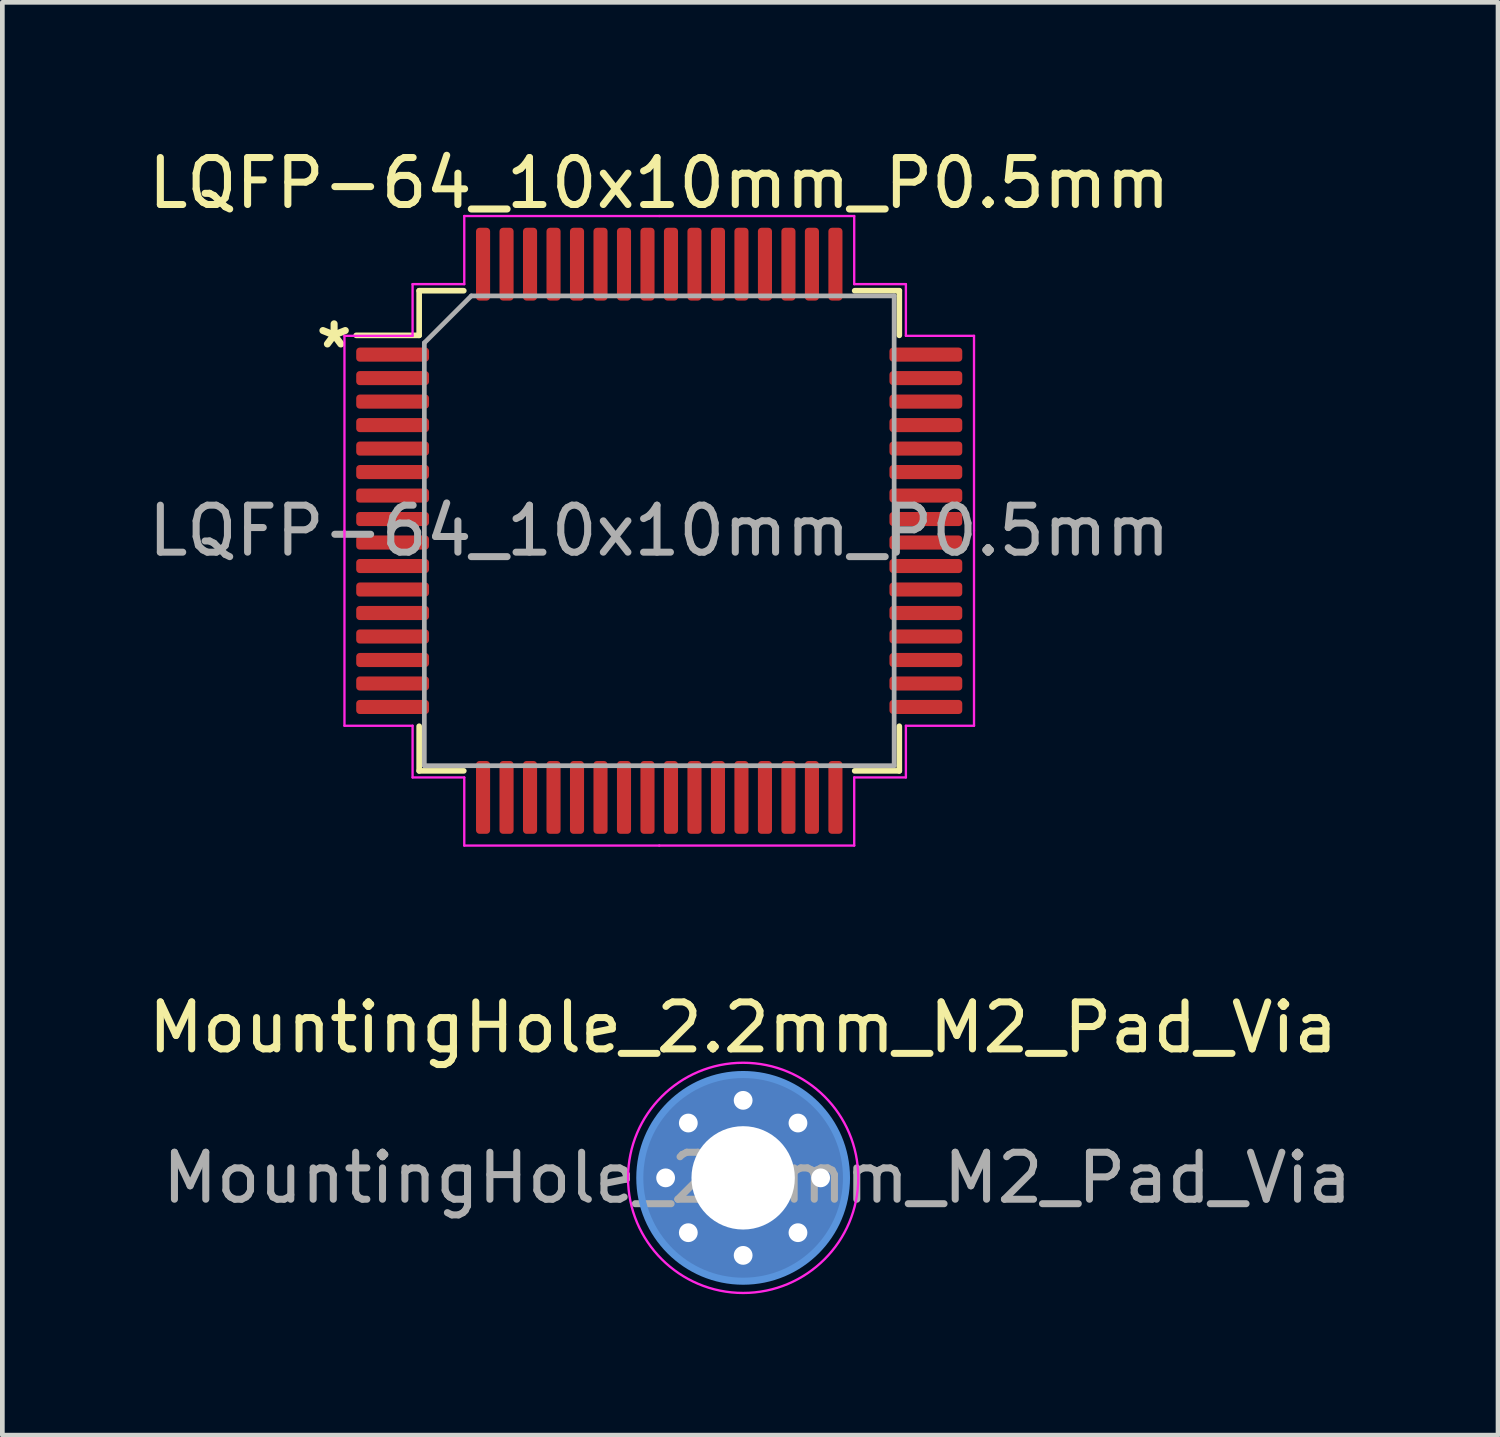
<source format=kicad_pcb>
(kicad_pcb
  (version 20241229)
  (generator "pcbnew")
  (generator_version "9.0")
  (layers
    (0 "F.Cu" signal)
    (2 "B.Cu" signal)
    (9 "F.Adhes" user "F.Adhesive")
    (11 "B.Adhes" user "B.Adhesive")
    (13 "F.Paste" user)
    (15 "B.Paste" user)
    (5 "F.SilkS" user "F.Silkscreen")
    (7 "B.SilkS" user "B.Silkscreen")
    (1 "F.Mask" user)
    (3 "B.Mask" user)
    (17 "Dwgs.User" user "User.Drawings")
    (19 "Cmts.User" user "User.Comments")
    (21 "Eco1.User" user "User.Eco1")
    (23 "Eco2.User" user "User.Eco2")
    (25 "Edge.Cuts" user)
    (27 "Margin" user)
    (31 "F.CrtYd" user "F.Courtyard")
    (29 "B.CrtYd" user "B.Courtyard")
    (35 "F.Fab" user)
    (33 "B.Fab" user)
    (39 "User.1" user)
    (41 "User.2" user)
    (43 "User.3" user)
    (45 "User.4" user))
  (footprint "LQFP-64_10x10mm_P0.5mm"
    (layer "F.Cu")
    (at 10.982 8.248)
    (property "Reference" "LQFP-64_10x10mm_P0.5mm" (at 0 -7.4 0) (layer "F.SilkS") (effects (font (size 1 1) (thickness 0.15))))
    (attr smd)
    (fp_line (start -5.11 -5.11) (end -5.11 -4.16) (stroke (width 0.12) (type solid)) (layer "F.SilkS"))
    (fp_line (start -5.11 -4.16) (end -6.45 -4.16) (stroke (width 0.12) (type solid)) (layer "F.SilkS"))
    (fp_line (start -5.11 5.11) (end -5.11 4.16) (stroke (width 0.12) (type solid)) (layer "F.SilkS"))
    (fp_line (start -4.16 -5.11) (end -5.11 -5.11) (stroke (width 0.12) (type solid)) (layer "F.SilkS"))
    (fp_line (start -4.16 5.11) (end -5.11 5.11) (stroke (width 0.12) (type solid)) (layer "F.SilkS"))
    (fp_line (start 4.16 -5.11) (end 5.11 -5.11) (stroke (width 0.12) (type solid)) (layer "F.SilkS"))
    (fp_line (start 4.16 5.11) (end 5.11 5.11) (stroke (width 0.12) (type solid)) (layer "F.SilkS"))
    (fp_line (start 5.11 -5.11) (end 5.11 -4.16) (stroke (width 0.12) (type solid)) (layer "F.SilkS"))
    (fp_line (start 5.11 5.11) (end 5.11 4.16) (stroke (width 0.12) (type solid)) (layer "F.SilkS"))
    (fp_line (start -6.7 -4.15) (end -6.7 0) (stroke (width 0.05) (type solid)) (layer "F.CrtYd"))
    (fp_line (start -6.7 4.15) (end -6.7 0) (stroke (width 0.05) (type solid)) (layer "F.CrtYd"))
    (fp_line (start -5.25 -5.25) (end -5.25 -4.15) (stroke (width 0.05) (type solid)) (layer "F.CrtYd"))
    (fp_line (start -5.25 -4.15) (end -6.7 -4.15) (stroke (width 0.05) (type solid)) (layer "F.CrtYd"))
    (fp_line (start -5.25 4.15) (end -6.7 4.15) (stroke (width 0.05) (type solid)) (layer "F.CrtYd"))
    (fp_line (start -5.25 5.25) (end -5.25 4.15) (stroke (width 0.05) (type solid)) (layer "F.CrtYd"))
    (fp_line (start -4.15 -6.7) (end -4.15 -5.25) (stroke (width 0.05) (type solid)) (layer "F.CrtYd"))
    (fp_line (start -4.15 -5.25) (end -5.25 -5.25) (stroke (width 0.05) (type solid)) (layer "F.CrtYd"))
    (fp_line (start -4.15 5.25) (end -5.25 5.25) (stroke (width 0.05) (type solid)) (layer "F.CrtYd"))
    (fp_line (start -4.15 6.7) (end -4.15 5.25) (stroke (width 0.05) (type solid)) (layer "F.CrtYd"))
    (fp_line (start 0 -6.7) (end -4.15 -6.7) (stroke (width 0.05) (type solid)) (layer "F.CrtYd"))
    (fp_line (start 0 -6.7) (end 4.15 -6.7) (stroke (width 0.05) (type solid)) (layer "F.CrtYd"))
    (fp_line (start 0 6.7) (end -4.15 6.7) (stroke (width 0.05) (type solid)) (layer "F.CrtYd"))
    (fp_line (start 0 6.7) (end 4.15 6.7) (stroke (width 0.05) (type solid)) (layer "F.CrtYd"))
    (fp_line (start 4.15 -6.7) (end 4.15 -5.25) (stroke (width 0.05) (type solid)) (layer "F.CrtYd"))
    (fp_line (start 4.15 -5.25) (end 5.25 -5.25) (stroke (width 0.05) (type solid)) (layer "F.CrtYd"))
    (fp_line (start 4.15 5.25) (end 5.25 5.25) (stroke (width 0.05) (type solid)) (layer "F.CrtYd"))
    (fp_line (start 4.15 6.7) (end 4.15 5.25) (stroke (width 0.05) (type solid)) (layer "F.CrtYd"))
    (fp_line (start 5.25 -5.25) (end 5.25 -4.15) (stroke (width 0.05) (type solid)) (layer "F.CrtYd"))
    (fp_line (start 5.25 -4.15) (end 6.7 -4.15) (stroke (width 0.05) (type solid)) (layer "F.CrtYd"))
    (fp_line (start 5.25 4.15) (end 6.7 4.15) (stroke (width 0.05) (type solid)) (layer "F.CrtYd"))
    (fp_line (start 5.25 5.25) (end 5.25 4.15) (stroke (width 0.05) (type solid)) (layer "F.CrtYd"))
    (fp_line (start 6.7 -4.15) (end 6.7 0) (stroke (width 0.05) (type solid)) (layer "F.CrtYd"))
    (fp_line (start 6.7 4.15) (end 6.7 0) (stroke (width 0.05) (type solid)) (layer "F.CrtYd"))
    (fp_line (start -5 -4) (end -4 -5) (stroke (width 0.1) (type solid)) (layer "F.Fab"))
    (fp_line (start -5 5) (end -5 -4) (stroke (width 0.1) (type solid)) (layer "F.Fab"))
    (fp_line (start -4 -5) (end 5 -5) (stroke (width 0.1) (type solid)) (layer "F.Fab"))
    (fp_line (start 5 -5) (end 5 5) (stroke (width 0.1) (type solid)) (layer "F.Fab"))
    (fp_line (start 5 5) (end -5 5) (stroke (width 0.1) (type solid)) (layer "F.Fab"))
    (fp_text user "*" (at -7.4 -3.275 0) (unlocked yes) (layer "F.SilkS") (effects (font (size 1 1) (thickness 0.15)) (justify left bottom)))
    (fp_text user "${REFERENCE}" (at 0 0 0) (layer "F.Fab") (effects (font (size 1 1) (thickness 0.15))))
    (pad "1" smd roundrect (at -5.675 -3.75) (size 1.55 0.3) (layers "F.Cu" "F.Mask" "F.Paste") (roundrect_rratio 0.25))
    (pad "2" smd roundrect (at -5.675 -3.25) (size 1.55 0.3) (layers "F.Cu" "F.Mask" "F.Paste") (roundrect_rratio 0.25))
    (pad "3" smd roundrect (at -5.675 -2.75) (size 1.55 0.3) (layers "F.Cu" "F.Mask" "F.Paste") (roundrect_rratio 0.25))
    (pad "4" smd roundrect (at -5.675 -2.25) (size 1.55 0.3) (layers "F.Cu" "F.Mask" "F.Paste") (roundrect_rratio 0.25))
    (pad "5" smd roundrect (at -5.675 -1.75) (size 1.55 0.3) (layers "F.Cu" "F.Mask" "F.Paste") (roundrect_rratio 0.25))
    (pad "6" smd roundrect (at -5.675 -1.25) (size 1.55 0.3) (layers "F.Cu" "F.Mask" "F.Paste") (roundrect_rratio 0.25))
    (pad "7" smd roundrect (at -5.675 -0.75) (size 1.55 0.3) (layers "F.Cu" "F.Mask" "F.Paste") (roundrect_rratio 0.25))
    (pad "8" smd roundrect (at -5.675 -0.25) (size 1.55 0.3) (layers "F.Cu" "F.Mask" "F.Paste") (roundrect_rratio 0.25))
    (pad "9" smd roundrect (at -5.675 0.25) (size 1.55 0.3) (layers "F.Cu" "F.Mask" "F.Paste") (roundrect_rratio 0.25))
    (pad "10" smd roundrect (at -5.675 0.75) (size 1.55 0.3) (layers "F.Cu" "F.Mask" "F.Paste") (roundrect_rratio 0.25))
    (pad "11" smd roundrect (at -5.675 1.25) (size 1.55 0.3) (layers "F.Cu" "F.Mask" "F.Paste") (roundrect_rratio 0.25))
    (pad "12" smd roundrect (at -5.675 1.75) (size 1.55 0.3) (layers "F.Cu" "F.Mask" "F.Paste") (roundrect_rratio 0.25))
    (pad "13" smd roundrect (at -5.675 2.25) (size 1.55 0.3) (layers "F.Cu" "F.Mask" "F.Paste") (roundrect_rratio 0.25))
    (pad "14" smd roundrect (at -5.675 2.75) (size 1.55 0.3) (layers "F.Cu" "F.Mask" "F.Paste") (roundrect_rratio 0.25))
    (pad "15" smd roundrect (at -5.675 3.25) (size 1.55 0.3) (layers "F.Cu" "F.Mask" "F.Paste") (roundrect_rratio 0.25))
    (pad "16" smd roundrect (at -5.675 3.75) (size 1.55 0.3) (layers "F.Cu" "F.Mask" "F.Paste") (roundrect_rratio 0.25))
    (pad "17" smd roundrect (at -3.75 5.675) (size 0.3 1.55) (layers "F.Cu" "F.Mask" "F.Paste") (roundrect_rratio 0.25))
    (pad "18" smd roundrect (at -3.25 5.675) (size 0.3 1.55) (layers "F.Cu" "F.Mask" "F.Paste") (roundrect_rratio 0.25))
    (pad "19" smd roundrect (at -2.75 5.675) (size 0.3 1.55) (layers "F.Cu" "F.Mask" "F.Paste") (roundrect_rratio 0.25))
    (pad "20" smd roundrect (at -2.25 5.675) (size 0.3 1.55) (layers "F.Cu" "F.Mask" "F.Paste") (roundrect_rratio 0.25))
    (pad "21" smd roundrect (at -1.75 5.675) (size 0.3 1.55) (layers "F.Cu" "F.Mask" "F.Paste") (roundrect_rratio 0.25))
    (pad "22" smd roundrect (at -1.25 5.675) (size 0.3 1.55) (layers "F.Cu" "F.Mask" "F.Paste") (roundrect_rratio 0.25))
    (pad "23" smd roundrect (at -0.75 5.675) (size 0.3 1.55) (layers "F.Cu" "F.Mask" "F.Paste") (roundrect_rratio 0.25))
    (pad "24" smd roundrect (at -0.25 5.675) (size 0.3 1.55) (layers "F.Cu" "F.Mask" "F.Paste") (roundrect_rratio 0.25))
    (pad "25" smd roundrect (at 0.25 5.675) (size 0.3 1.55) (layers "F.Cu" "F.Mask" "F.Paste") (roundrect_rratio 0.25))
    (pad "26" smd roundrect (at 0.75 5.675) (size 0.3 1.55) (layers "F.Cu" "F.Mask" "F.Paste") (roundrect_rratio 0.25))
    (pad "27" smd roundrect (at 1.25 5.675) (size 0.3 1.55) (layers "F.Cu" "F.Mask" "F.Paste") (roundrect_rratio 0.25))
    (pad "28" smd roundrect (at 1.75 5.675) (size 0.3 1.55) (layers "F.Cu" "F.Mask" "F.Paste") (roundrect_rratio 0.25))
    (pad "29" smd roundrect (at 2.25 5.675) (size 0.3 1.55) (layers "F.Cu" "F.Mask" "F.Paste") (roundrect_rratio 0.25))
    (pad "30" smd roundrect (at 2.75 5.675) (size 0.3 1.55) (layers "F.Cu" "F.Mask" "F.Paste") (roundrect_rratio 0.25))
    (pad "31" smd roundrect (at 3.25 5.675) (size 0.3 1.55) (layers "F.Cu" "F.Mask" "F.Paste") (roundrect_rratio 0.25))
    (pad "32" smd roundrect (at 3.75 5.675) (size 0.3 1.55) (layers "F.Cu" "F.Mask" "F.Paste") (roundrect_rratio 0.25))
    (pad "33" smd roundrect (at 5.675 3.75) (size 1.55 0.3) (layers "F.Cu" "F.Mask" "F.Paste") (roundrect_rratio 0.25))
    (pad "34" smd roundrect (at 5.675 3.25) (size 1.55 0.3) (layers "F.Cu" "F.Mask" "F.Paste") (roundrect_rratio 0.25))
    (pad "35" smd roundrect (at 5.675 2.75) (size 1.55 0.3) (layers "F.Cu" "F.Mask" "F.Paste") (roundrect_rratio 0.25))
    (pad "36" smd roundrect (at 5.675 2.25) (size 1.55 0.3) (layers "F.Cu" "F.Mask" "F.Paste") (roundrect_rratio 0.25))
    (pad "37" smd roundrect (at 5.675 1.75) (size 1.55 0.3) (layers "F.Cu" "F.Mask" "F.Paste") (roundrect_rratio 0.25))
    (pad "38" smd roundrect (at 5.675 1.25) (size 1.55 0.3) (layers "F.Cu" "F.Mask" "F.Paste") (roundrect_rratio 0.25))
    (pad "39" smd roundrect (at 5.675 0.75) (size 1.55 0.3) (layers "F.Cu" "F.Mask" "F.Paste") (roundrect_rratio 0.25))
    (pad "40" smd roundrect (at 5.675 0.25) (size 1.55 0.3) (layers "F.Cu" "F.Mask" "F.Paste") (roundrect_rratio 0.25))
    (pad "41" smd roundrect (at 5.675 -0.25) (size 1.55 0.3) (layers "F.Cu" "F.Mask" "F.Paste") (roundrect_rratio 0.25))
    (pad "42" smd roundrect (at 5.675 -0.75) (size 1.55 0.3) (layers "F.Cu" "F.Mask" "F.Paste") (roundrect_rratio 0.25))
    (pad "43" smd roundrect (at 5.675 -1.25) (size 1.55 0.3) (layers "F.Cu" "F.Mask" "F.Paste") (roundrect_rratio 0.25))
    (pad "44" smd roundrect (at 5.675 -1.75) (size 1.55 0.3) (layers "F.Cu" "F.Mask" "F.Paste") (roundrect_rratio 0.25))
    (pad "45" smd roundrect (at 5.675 -2.25) (size 1.55 0.3) (layers "F.Cu" "F.Mask" "F.Paste") (roundrect_rratio 0.25))
    (pad "46" smd roundrect (at 5.675 -2.75) (size 1.55 0.3) (layers "F.Cu" "F.Mask" "F.Paste") (roundrect_rratio 0.25))
    (pad "47" smd roundrect (at 5.675 -3.25) (size 1.55 0.3) (layers "F.Cu" "F.Mask" "F.Paste") (roundrect_rratio 0.25))
    (pad "48" smd roundrect (at 5.675 -3.75) (size 1.55 0.3) (layers "F.Cu" "F.Mask" "F.Paste") (roundrect_rratio 0.25))
    (pad "49" smd roundrect (at 3.75 -5.675) (size 0.3 1.55) (layers "F.Cu" "F.Mask" "F.Paste") (roundrect_rratio 0.25))
    (pad "50" smd roundrect (at 3.25 -5.675) (size 0.3 1.55) (layers "F.Cu" "F.Mask" "F.Paste") (roundrect_rratio 0.25))
    (pad "51" smd roundrect (at 2.75 -5.675) (size 0.3 1.55) (layers "F.Cu" "F.Mask" "F.Paste") (roundrect_rratio 0.25))
    (pad "52" smd roundrect (at 2.25 -5.675) (size 0.3 1.55) (layers "F.Cu" "F.Mask" "F.Paste") (roundrect_rratio 0.25))
    (pad "53" smd roundrect (at 1.75 -5.675) (size 0.3 1.55) (layers "F.Cu" "F.Mask" "F.Paste") (roundrect_rratio 0.25))
    (pad "54" smd roundrect (at 1.25 -5.675) (size 0.3 1.55) (layers "F.Cu" "F.Mask" "F.Paste") (roundrect_rratio 0.25))
    (pad "55" smd roundrect (at 0.75 -5.675) (size 0.3 1.55) (layers "F.Cu" "F.Mask" "F.Paste") (roundrect_rratio 0.25))
    (pad "56" smd roundrect (at 0.25 -5.675) (size 0.3 1.55) (layers "F.Cu" "F.Mask" "F.Paste") (roundrect_rratio 0.25))
    (pad "57" smd roundrect (at -0.25 -5.675) (size 0.3 1.55) (layers "F.Cu" "F.Mask" "F.Paste") (roundrect_rratio 0.25))
    (pad "58" smd roundrect (at -0.75 -5.675) (size 0.3 1.55) (layers "F.Cu" "F.Mask" "F.Paste") (roundrect_rratio 0.25))
    (pad "59" smd roundrect (at -1.25 -5.675) (size 0.3 1.55) (layers "F.Cu" "F.Mask" "F.Paste") (roundrect_rratio 0.25))
    (pad "60" smd roundrect (at -1.75 -5.675) (size 0.3 1.55) (layers "F.Cu" "F.Mask" "F.Paste") (roundrect_rratio 0.25))
    (pad "61" smd roundrect (at -2.25 -5.675) (size 0.3 1.55) (layers "F.Cu" "F.Mask" "F.Paste") (roundrect_rratio 0.25))
    (pad "62" smd roundrect (at -2.75 -5.675) (size 0.3 1.55) (layers "F.Cu" "F.Mask" "F.Paste") (roundrect_rratio 0.25))
    (pad "63" smd roundrect (at -3.25 -5.675) (size 0.3 1.55) (layers "F.Cu" "F.Mask" "F.Paste") (roundrect_rratio 0.25))
    (pad "64" smd roundrect (at -3.75 -5.675) (size 0.3 1.55) (layers "F.Cu" "F.Mask" "F.Paste") (roundrect_rratio 0.25)))
  (footprint "MountingHole_2.2mm_M2_Pad_Via"
    (layer "F.Cu")
    (at 12.768 22.021)
    (property "Reference" "MountingHole_2.2mm_M2_Pad_Via" (at 0 -3.2 0) (layer "F.SilkS") (effects (font (size 1 1) (thickness 0.15))))
    (attr exclude_from_pos_files exclude_from_bom)
    (fp_circle (center 0 0) (end 2.2 0) (stroke (width 0.15) (type solid)) (fill no) (layer "Cmts.User"))
    (fp_circle (center 0 0) (end 2.45 0) (stroke (width 0.05) (type solid)) (fill no) (layer "F.CrtYd"))
    (fp_text user "${REFERENCE}" (at 0.3 0 0) (layer "F.Fab") (effects (font (size 1 1) (thickness 0.15))))
    (pad "1" thru_hole circle (at -1.65 0) (size 0.7 0.7) (drill 0.4) (layers "*.Cu" "*.Mask"))
    (pad "1" thru_hole circle (at -1.167 -1.167) (size 0.7 0.7) (drill 0.4) (layers "*.Cu" "*.Mask"))
    (pad "1" thru_hole circle (at -1.167 1.167) (size 0.7 0.7) (drill 0.4) (layers "*.Cu" "*.Mask"))
    (pad "1" thru_hole circle (at 0 -1.65) (size 0.7 0.7) (drill 0.4) (layers "*.Cu" "*.Mask"))
    (pad "1" thru_hole circle (at 0 0) (size 4.4 4.4) (drill 2.2) (layers "*.Cu" "*.Mask"))
    (pad "1" thru_hole circle (at 0 1.65) (size 0.7 0.7) (drill 0.4) (layers "*.Cu" "*.Mask"))
    (pad "1" thru_hole circle (at 1.167 -1.167) (size 0.7 0.7) (drill 0.4) (layers "*.Cu" "*.Mask"))
    (pad "1" thru_hole circle (at 1.167 1.167) (size 0.7 0.7) (drill 0.4) (layers "*.Cu" "*.Mask"))
    (pad "1" thru_hole circle (at 1.65 0) (size 0.7 0.7) (drill 0.4) (layers "*.Cu" "*.Mask")))
  (gr_rect
    (start -3 -3)
    (end 28.836 27.497)
    (stroke (width 0.1) (type default))
    (fill no)
    (layer "Edge.Cuts")))
</source>
